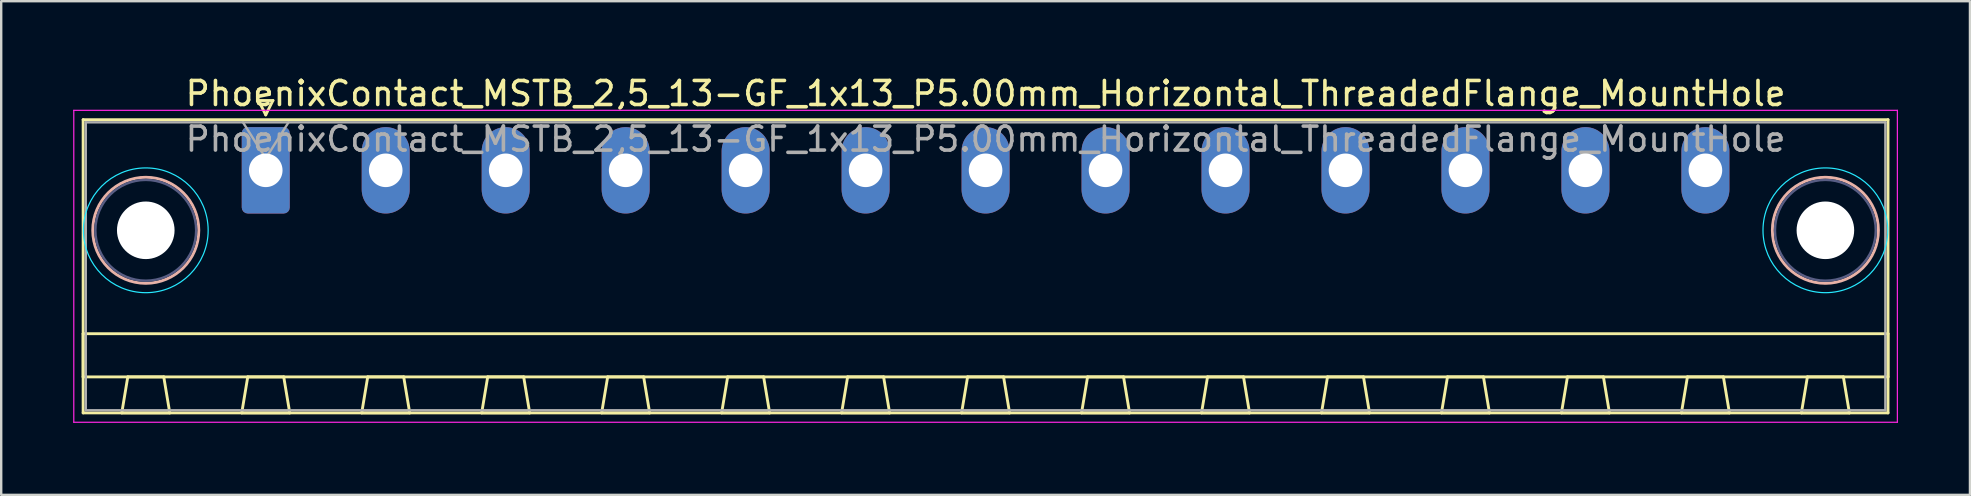
<source format=kicad_pcb>
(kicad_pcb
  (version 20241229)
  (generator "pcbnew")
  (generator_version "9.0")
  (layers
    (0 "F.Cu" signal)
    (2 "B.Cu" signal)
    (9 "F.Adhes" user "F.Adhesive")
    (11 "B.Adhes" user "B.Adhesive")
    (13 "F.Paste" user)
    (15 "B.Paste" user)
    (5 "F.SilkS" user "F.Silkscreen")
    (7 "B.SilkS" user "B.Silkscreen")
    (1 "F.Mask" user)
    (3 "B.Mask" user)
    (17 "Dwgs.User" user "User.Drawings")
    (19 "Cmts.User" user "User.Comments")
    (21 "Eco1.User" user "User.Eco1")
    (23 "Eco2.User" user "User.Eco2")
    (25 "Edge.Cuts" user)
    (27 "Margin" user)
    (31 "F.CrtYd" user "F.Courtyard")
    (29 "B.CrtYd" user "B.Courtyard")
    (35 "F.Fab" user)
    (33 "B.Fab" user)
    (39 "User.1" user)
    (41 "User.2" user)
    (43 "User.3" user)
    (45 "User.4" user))
  (footprint "PhoenixContact_MSTB_2,5_13-GF_1x13_P5.00mm_Horizontal_ThreadedFlange_MountHole"
    (layer "F.Cu")
    (at 8.025 4.048)
    (property "Reference" "PhoenixContact_MSTB_2,5_13-GF_1x13_P5.00mm_Horizontal_ThreadedFlange_MountHole" (at 30 -3.2 0) (layer "F.SilkS") (effects (font (size 1 1) (thickness 0.15))))
    (attr through_hole)
    (fp_line (start -7.61 -2.11) (end -7.61 10.11) (stroke (width 0.12) (type solid)) (layer "F.SilkS"))
    (fp_line (start -7.61 6.81) (end 67.61 6.81) (stroke (width 0.12) (type solid)) (layer "F.SilkS"))
    (fp_line (start -7.61 8.61) (end -7.61 6.81) (stroke (width 0.12) (type solid)) (layer "F.SilkS"))
    (fp_line (start -7.61 10.11) (end 67.61 10.11) (stroke (width 0.12) (type solid)) (layer "F.SilkS"))
    (fp_line (start -6 10.11) (end -4 10.11) (stroke (width 0.12) (type solid)) (layer "F.SilkS"))
    (fp_line (start -5.75 8.61) (end -6 10.11) (stroke (width 0.12) (type solid)) (layer "F.SilkS"))
    (fp_line (start -4.25 8.61) (end -5.75 8.61) (stroke (width 0.12) (type solid)) (layer "F.SilkS"))
    (fp_line (start -4 10.11) (end -4.25 8.61) (stroke (width 0.12) (type solid)) (layer "F.SilkS"))
    (fp_line (start -1 10.11) (end 1 10.11) (stroke (width 0.12) (type solid)) (layer "F.SilkS"))
    (fp_line (start -0.75 8.61) (end -1 10.11) (stroke (width 0.12) (type solid)) (layer "F.SilkS"))
    (fp_line (start -0.3 -2.91) (end 0.3 -2.91) (stroke (width 0.12) (type solid)) (layer "F.SilkS"))
    (fp_line (start 0 -2.31) (end -0.3 -2.91) (stroke (width 0.12) (type solid)) (layer "F.SilkS"))
    (fp_line (start 0.3 -2.91) (end 0 -2.31) (stroke (width 0.12) (type solid)) (layer "F.SilkS"))
    (fp_line (start 0.75 8.61) (end -0.75 8.61) (stroke (width 0.12) (type solid)) (layer "F.SilkS"))
    (fp_line (start 1 10.11) (end 0.75 8.61) (stroke (width 0.12) (type solid)) (layer "F.SilkS"))
    (fp_line (start 4 10.11) (end 6 10.11) (stroke (width 0.12) (type solid)) (layer "F.SilkS"))
    (fp_line (start 4.25 8.61) (end 4 10.11) (stroke (width 0.12) (type solid)) (layer "F.SilkS"))
    (fp_line (start 5.75 8.61) (end 4.25 8.61) (stroke (width 0.12) (type solid)) (layer "F.SilkS"))
    (fp_line (start 6 10.11) (end 5.75 8.61) (stroke (width 0.12) (type solid)) (layer "F.SilkS"))
    (fp_line (start 9 10.11) (end 11 10.11) (stroke (width 0.12) (type solid)) (layer "F.SilkS"))
    (fp_line (start 9.25 8.61) (end 9 10.11) (stroke (width 0.12) (type solid)) (layer "F.SilkS"))
    (fp_line (start 10.75 8.61) (end 9.25 8.61) (stroke (width 0.12) (type solid)) (layer "F.SilkS"))
    (fp_line (start 11 10.11) (end 10.75 8.61) (stroke (width 0.12) (type solid)) (layer "F.SilkS"))
    (fp_line (start 14 10.11) (end 16 10.11) (stroke (width 0.12) (type solid)) (layer "F.SilkS"))
    (fp_line (start 14.25 8.61) (end 14 10.11) (stroke (width 0.12) (type solid)) (layer "F.SilkS"))
    (fp_line (start 15.75 8.61) (end 14.25 8.61) (stroke (width 0.12) (type solid)) (layer "F.SilkS"))
    (fp_line (start 16 10.11) (end 15.75 8.61) (stroke (width 0.12) (type solid)) (layer "F.SilkS"))
    (fp_line (start 19 10.11) (end 21 10.11) (stroke (width 0.12) (type solid)) (layer "F.SilkS"))
    (fp_line (start 19.25 8.61) (end 19 10.11) (stroke (width 0.12) (type solid)) (layer "F.SilkS"))
    (fp_line (start 20.75 8.61) (end 19.25 8.61) (stroke (width 0.12) (type solid)) (layer "F.SilkS"))
    (fp_line (start 21 10.11) (end 20.75 8.61) (stroke (width 0.12) (type solid)) (layer "F.SilkS"))
    (fp_line (start 24 10.11) (end 26 10.11) (stroke (width 0.12) (type solid)) (layer "F.SilkS"))
    (fp_line (start 24.25 8.61) (end 24 10.11) (stroke (width 0.12) (type solid)) (layer "F.SilkS"))
    (fp_line (start 25.75 8.61) (end 24.25 8.61) (stroke (width 0.12) (type solid)) (layer "F.SilkS"))
    (fp_line (start 26 10.11) (end 25.75 8.61) (stroke (width 0.12) (type solid)) (layer "F.SilkS"))
    (fp_line (start 29 10.11) (end 31 10.11) (stroke (width 0.12) (type solid)) (layer "F.SilkS"))
    (fp_line (start 29.25 8.61) (end 29 10.11) (stroke (width 0.12) (type solid)) (layer "F.SilkS"))
    (fp_line (start 30.75 8.61) (end 29.25 8.61) (stroke (width 0.12) (type solid)) (layer "F.SilkS"))
    (fp_line (start 31 10.11) (end 30.75 8.61) (stroke (width 0.12) (type solid)) (layer "F.SilkS"))
    (fp_line (start 34 10.11) (end 36 10.11) (stroke (width 0.12) (type solid)) (layer "F.SilkS"))
    (fp_line (start 34.25 8.61) (end 34 10.11) (stroke (width 0.12) (type solid)) (layer "F.SilkS"))
    (fp_line (start 35.75 8.61) (end 34.25 8.61) (stroke (width 0.12) (type solid)) (layer "F.SilkS"))
    (fp_line (start 36 10.11) (end 35.75 8.61) (stroke (width 0.12) (type solid)) (layer "F.SilkS"))
    (fp_line (start 39 10.11) (end 41 10.11) (stroke (width 0.12) (type solid)) (layer "F.SilkS"))
    (fp_line (start 39.25 8.61) (end 39 10.11) (stroke (width 0.12) (type solid)) (layer "F.SilkS"))
    (fp_line (start 40.75 8.61) (end 39.25 8.61) (stroke (width 0.12) (type solid)) (layer "F.SilkS"))
    (fp_line (start 41 10.11) (end 40.75 8.61) (stroke (width 0.12) (type solid)) (layer "F.SilkS"))
    (fp_line (start 44 10.11) (end 46 10.11) (stroke (width 0.12) (type solid)) (layer "F.SilkS"))
    (fp_line (start 44.25 8.61) (end 44 10.11) (stroke (width 0.12) (type solid)) (layer "F.SilkS"))
    (fp_line (start 45.75 8.61) (end 44.25 8.61) (stroke (width 0.12) (type solid)) (layer "F.SilkS"))
    (fp_line (start 46 10.11) (end 45.75 8.61) (stroke (width 0.12) (type solid)) (layer "F.SilkS"))
    (fp_line (start 49 10.11) (end 51 10.11) (stroke (width 0.12) (type solid)) (layer "F.SilkS"))
    (fp_line (start 49.25 8.61) (end 49 10.11) (stroke (width 0.12) (type solid)) (layer "F.SilkS"))
    (fp_line (start 50.75 8.61) (end 49.25 8.61) (stroke (width 0.12) (type solid)) (layer "F.SilkS"))
    (fp_line (start 51 10.11) (end 50.75 8.61) (stroke (width 0.12) (type solid)) (layer "F.SilkS"))
    (fp_line (start 54 10.11) (end 56 10.11) (stroke (width 0.12) (type solid)) (layer "F.SilkS"))
    (fp_line (start 54.25 8.61) (end 54 10.11) (stroke (width 0.12) (type solid)) (layer "F.SilkS"))
    (fp_line (start 55.75 8.61) (end 54.25 8.61) (stroke (width 0.12) (type solid)) (layer "F.SilkS"))
    (fp_line (start 56 10.11) (end 55.75 8.61) (stroke (width 0.12) (type solid)) (layer "F.SilkS"))
    (fp_line (start 59 10.11) (end 61 10.11) (stroke (width 0.12) (type solid)) (layer "F.SilkS"))
    (fp_line (start 59.25 8.61) (end 59 10.11) (stroke (width 0.12) (type solid)) (layer "F.SilkS"))
    (fp_line (start 60.75 8.61) (end 59.25 8.61) (stroke (width 0.12) (type solid)) (layer "F.SilkS"))
    (fp_line (start 61 10.11) (end 60.75 8.61) (stroke (width 0.12) (type solid)) (layer "F.SilkS"))
    (fp_line (start 64 10.11) (end 66 10.11) (stroke (width 0.12) (type solid)) (layer "F.SilkS"))
    (fp_line (start 64.25 8.61) (end 64 10.11) (stroke (width 0.12) (type solid)) (layer "F.SilkS"))
    (fp_line (start 65.75 8.61) (end 64.25 8.61) (stroke (width 0.12) (type solid)) (layer "F.SilkS"))
    (fp_line (start 66 10.11) (end 65.75 8.61) (stroke (width 0.12) (type solid)) (layer "F.SilkS"))
    (fp_line (start 67.61 -2.11) (end -7.61 -2.11) (stroke (width 0.12) (type solid)) (layer "F.SilkS"))
    (fp_line (start 67.61 6.81) (end 67.61 8.61) (stroke (width 0.12) (type solid)) (layer "F.SilkS"))
    (fp_line (start 67.61 8.61) (end -7.61 8.61) (stroke (width 0.12) (type solid)) (layer "F.SilkS"))
    (fp_line (start 67.61 10.11) (end 67.61 -2.11) (stroke (width 0.12) (type solid)) (layer "F.SilkS"))
    (fp_circle (center -5 2.5) (end -2.79 2.5) (stroke (width 0.12) (type solid)) (fill no) (layer "B.SilkS"))
    (fp_circle (center 65 2.5) (end 67.21 2.5) (stroke (width 0.12) (type solid)) (fill no) (layer "B.SilkS"))
    (fp_circle (center -5 2.5) (end -2.4 2.5) (stroke (width 0.05) (type solid)) (fill no) (layer "B.CrtYd"))
    (fp_circle (center 65 2.5) (end 67.6 2.5) (stroke (width 0.05) (type solid)) (fill no) (layer "B.CrtYd"))
    (fp_line (start -8 -2.5) (end -8 10.5) (stroke (width 0.05) (type solid)) (layer "F.CrtYd"))
    (fp_line (start -8 10.5) (end 68 10.5) (stroke (width 0.05) (type solid)) (layer "F.CrtYd"))
    (fp_line (start 68 -2.5) (end -8 -2.5) (stroke (width 0.05) (type solid)) (layer "F.CrtYd"))
    (fp_line (start 68 10.5) (end 68 -2.5) (stroke (width 0.05) (type solid)) (layer "F.CrtYd"))
    (fp_circle (center -5 2.5) (end -2.9 2.5) (stroke (width 0.1) (type solid)) (fill no) (layer "B.Fab"))
    (fp_circle (center 65 2.5) (end 67.1 2.5) (stroke (width 0.1) (type solid)) (fill no) (layer "B.Fab"))
    (fp_line (start -7.5 -2) (end -7.5 10) (stroke (width 0.1) (type solid)) (layer "F.Fab"))
    (fp_line (start -7.5 10) (end 67.5 10) (stroke (width 0.1) (type solid)) (layer "F.Fab"))
    (fp_line (start 0 -0.5) (end -0.95 -2) (stroke (width 0.1) (type solid)) (layer "F.Fab"))
    (fp_line (start 0.95 -2) (end 0 -0.5) (stroke (width 0.1) (type solid)) (layer "F.Fab"))
    (fp_line (start 67.5 -2) (end -7.5 -2) (stroke (width 0.1) (type solid)) (layer "F.Fab"))
    (fp_line (start 67.5 10) (end 67.5 -2) (stroke (width 0.1) (type solid)) (layer "F.Fab"))
    (fp_text user "${REFERENCE}" (at 30 -1.3 0) (layer "F.Fab") (effects (font (size 1 1) (thickness 0.15))))
    (pad "" np_thru_hole circle (at -5 2.5) (size 2.4 2.4) (drill 2.4) (layers "*.Cu" "*.Mask"))
    (pad "" np_thru_hole circle (at 65 2.5) (size 2.4 2.4) (drill 2.4) (layers "*.Cu" "*.Mask"))
    (pad "1" thru_hole roundrect (at 0 0) (size 2 3.6) (drill 1.4) (layers "*.Cu" "*.Mask") (roundrect_rratio 0.125))
    (pad "2" thru_hole oval (at 5 0) (size 2 3.6) (drill 1.4) (layers "*.Cu" "*.Mask"))
    (pad "3" thru_hole oval (at 10 0) (size 2 3.6) (drill 1.4) (layers "*.Cu" "*.Mask"))
    (pad "4" thru_hole oval (at 15 0) (size 2 3.6) (drill 1.4) (layers "*.Cu" "*.Mask"))
    (pad "5" thru_hole oval (at 20 0) (size 2 3.6) (drill 1.4) (layers "*.Cu" "*.Mask"))
    (pad "6" thru_hole oval (at 25 0) (size 2 3.6) (drill 1.4) (layers "*.Cu" "*.Mask"))
    (pad "7" thru_hole oval (at 30 0) (size 2 3.6) (drill 1.4) (layers "*.Cu" "*.Mask"))
    (pad "8" thru_hole oval (at 35 0) (size 2 3.6) (drill 1.4) (layers "*.Cu" "*.Mask"))
    (pad "9" thru_hole oval (at 40 0) (size 2 3.6) (drill 1.4) (layers "*.Cu" "*.Mask"))
    (pad "10" thru_hole oval (at 45 0) (size 2 3.6) (drill 1.4) (layers "*.Cu" "*.Mask"))
    (pad "11" thru_hole oval (at 50 0) (size 2 3.6) (drill 1.4) (layers "*.Cu" "*.Mask"))
    (pad "12" thru_hole oval (at 55 0) (size 2 3.6) (drill 1.4) (layers "*.Cu" "*.Mask"))
    (pad "13" thru_hole oval (at 60 0) (size 2 3.6) (drill 1.4) (layers "*.Cu" "*.Mask")))
  (gr_rect
    (start -3 -3)
    (end 79.05 17.573)
    (stroke (width 0.1) (type default))
    (fill no)
    (layer "Edge.Cuts")))
</source>
